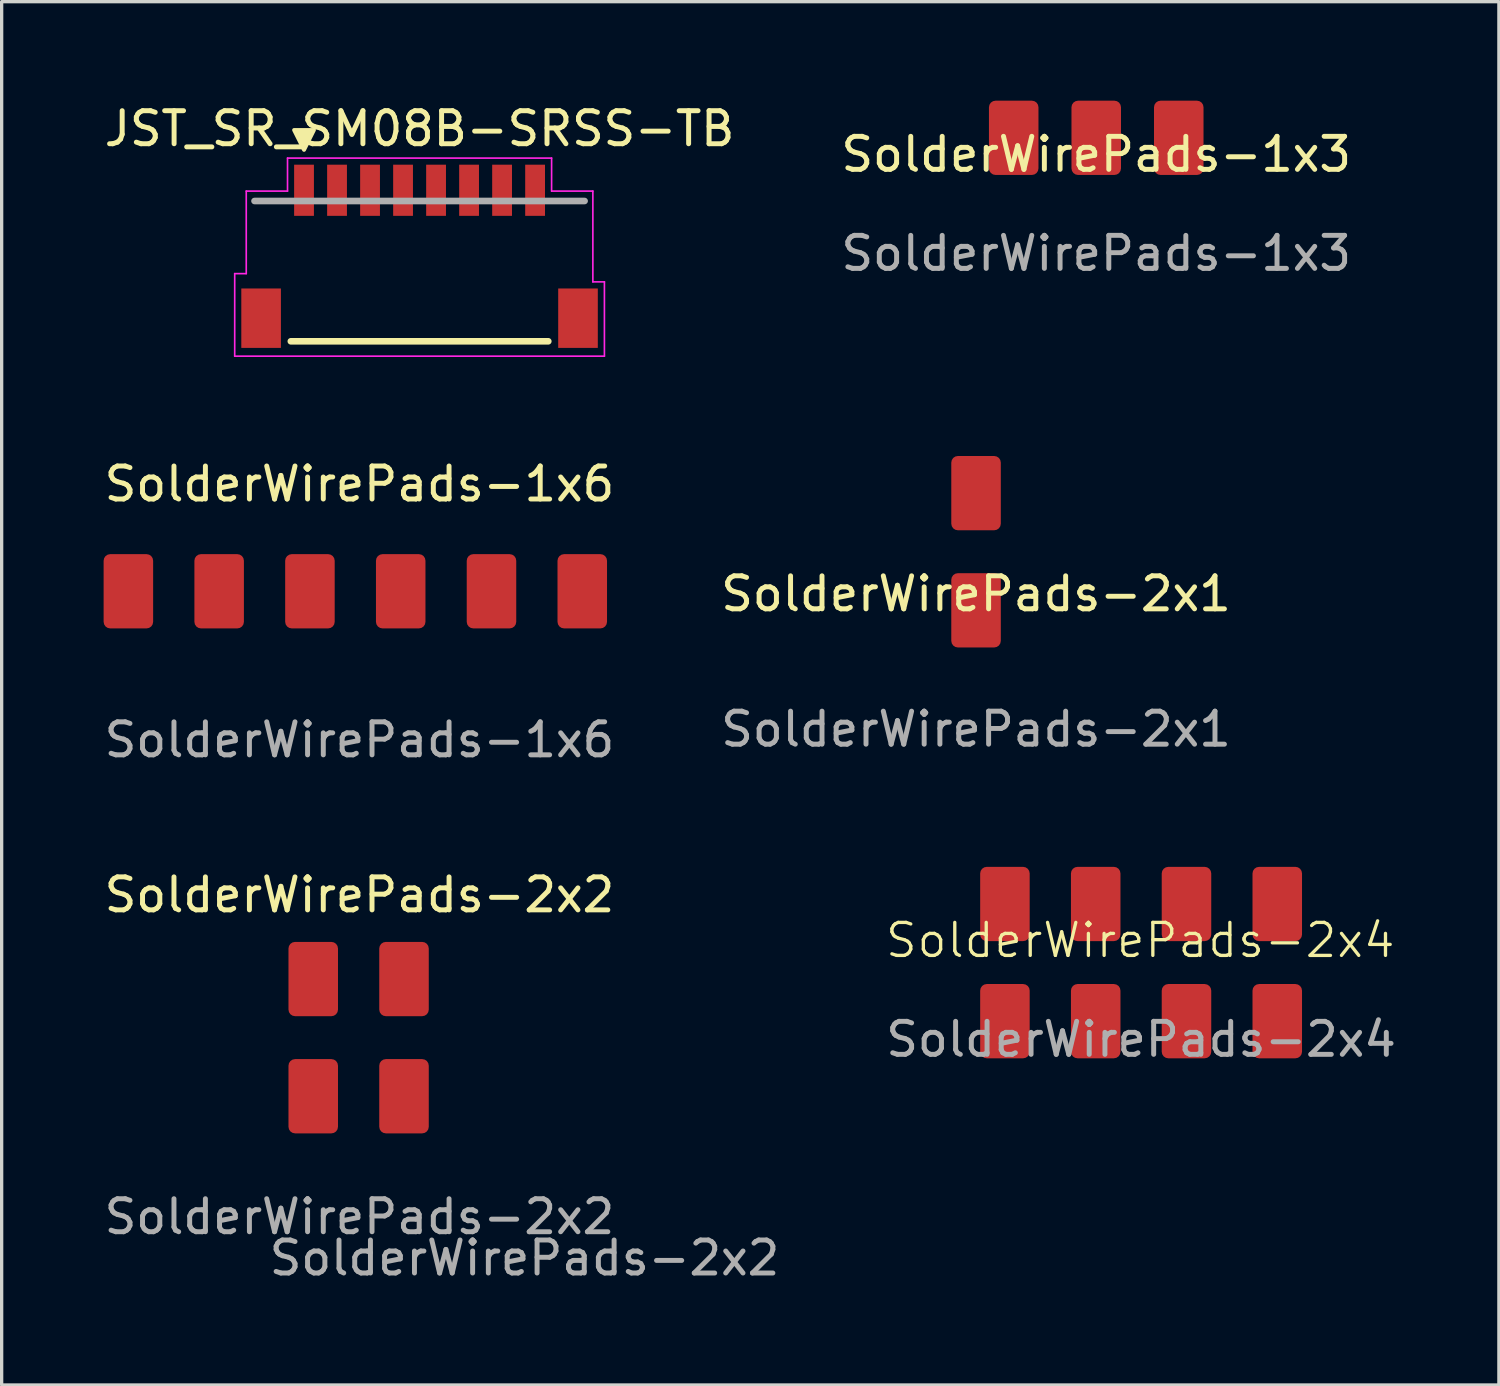
<source format=kicad_pcb>
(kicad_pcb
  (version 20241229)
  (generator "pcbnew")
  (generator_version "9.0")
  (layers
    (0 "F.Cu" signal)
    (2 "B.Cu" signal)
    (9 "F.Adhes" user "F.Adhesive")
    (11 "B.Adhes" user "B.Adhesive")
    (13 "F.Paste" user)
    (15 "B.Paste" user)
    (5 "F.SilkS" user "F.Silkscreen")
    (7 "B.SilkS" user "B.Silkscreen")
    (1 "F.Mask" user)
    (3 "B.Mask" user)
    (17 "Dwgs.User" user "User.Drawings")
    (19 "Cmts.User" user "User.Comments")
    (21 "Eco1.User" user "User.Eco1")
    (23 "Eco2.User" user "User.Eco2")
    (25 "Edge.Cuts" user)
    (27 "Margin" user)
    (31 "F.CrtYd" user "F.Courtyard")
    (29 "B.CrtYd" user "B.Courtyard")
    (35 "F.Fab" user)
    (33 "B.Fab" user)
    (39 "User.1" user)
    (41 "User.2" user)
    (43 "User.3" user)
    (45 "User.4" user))
  (footprint "SolderWirePads-1x3"
    (layer "F.Cu")
    (at 30.159 2.125)
    (property "Reference" "SolderWirePads-1x3" (at 0 -0.5 0) (unlocked yes) (layer "F.SilkS") (effects (font (size 1 1) (thickness 0.15))))
    (attr smd)
    (fp_text user "${REFERENCE}" (at 0 2.5 0) (unlocked yes) (layer "F.Fab") (effects (font (size 1 1) (thickness 0.15))))
    (pad "1" smd roundrect (at -2.5 -1) (size 1.5 2.25) (layers "F.Cu" "F.Mask") (roundrect_rratio 0.133))
    (pad "2" smd roundrect (at 0 -1) (size 1.5 2.25) (layers "F.Cu" "F.Mask") (roundrect_rratio 0.133))
    (pad "3" smd roundrect (at 2.5 -1) (size 1.5 2.25) (layers "F.Cu" "F.Mask") (roundrect_rratio 0.133)))
  (footprint "SolderWirePads-2x4"
    (layer "F.Cu")
    (at 31.518 25.935)
    (property "Reference" "SolderWirePads-2x4" (at -0.025 -0.5 0) (unlocked yes) (layer "F.SilkS") (effects (font (size 1 1) (thickness 0.1))))
    (attr smd)
    (fp_text user "${REFERENCE}" (at 0 2.5 0) (unlocked yes) (layer "F.Fab") (effects (font (size 1 1) (thickness 0.15))))
    (pad "1" smd roundrect (at -4.125 1.95) (size 1.5 2.25) (layers "F.Cu" "F.Mask") (roundrect_rratio 0.133))
    (pad "2" smd roundrect (at -1.375 1.95) (size 1.5 2.25) (layers "F.Cu" "F.Mask") (roundrect_rratio 0.133))
    (pad "3" smd roundrect (at 1.375 1.95) (size 1.5 2.25) (layers "F.Cu" "F.Mask") (roundrect_rratio 0.133))
    (pad "4" smd roundrect (at 4.125 1.95) (size 1.5 2.25) (layers "F.Cu" "F.Mask") (roundrect_rratio 0.133))
    (pad "5" smd roundrect (at 4.125 -1.6) (size 1.5 2.25) (layers "F.Cu" "F.Mask") (roundrect_rratio 0.133))
    (pad "6" smd roundrect (at 1.375 -1.6) (size 1.5 2.25) (layers "F.Cu" "F.Mask") (roundrect_rratio 0.133))
    (pad "7" smd roundrect (at -1.375 -1.6) (size 1.5 2.25) (layers "F.Cu" "F.Mask") (roundrect_rratio 0.133))
    (pad "8" smd roundrect (at -4.125 -1.6) (size 1.5 2.25) (layers "F.Cu" "F.Mask") (roundrect_rratio 0.133)))
  (footprint "SolderWirePads-1x6"
    (layer "F.Cu")
    (at 7.839 14.862)
    (property "Reference" "SolderWirePads-1x6" (at 0 -3.25 0) (unlocked yes) (layer "F.SilkS") (effects (font (size 1 1) (thickness 0.15))))
    (attr smd)
    (fp_text user "${REFERENCE}" (at 0 4.5 0) (unlocked yes) (layer "F.Fab") (effects (font (size 1 1) (thickness 0.15))))
    (pad "1" smd roundrect (at -7 0) (size 1.5 2.25) (layers "F.Cu" "F.Mask") (roundrect_rratio 0.133))
    (pad "2" smd roundrect (at -4.25 0) (size 1.5 2.25) (layers "F.Cu" "F.Mask") (roundrect_rratio 0.133))
    (pad "3" smd roundrect (at -1.5 0) (size 1.5 2.25) (layers "F.Cu" "F.Mask") (roundrect_rratio 0.133))
    (pad "4" smd roundrect (at 1.25 0) (size 1.5 2.25) (layers "F.Cu" "F.Mask") (roundrect_rratio 0.133))
    (pad "5" smd roundrect (at 4 0) (size 1.5 2.25) (layers "F.Cu" "F.Mask") (roundrect_rratio 0.133))
    (pad "6" smd roundrect (at 6.75 0) (size 1.5 2.25) (layers "F.Cu" "F.Mask") (roundrect_rratio 0.133)))
  (footprint "SolderWirePads-2x2"
    (layer "F.Cu")
    (at 7.839 30.809)
    (property "Reference" "SolderWirePads-2x2" (at 0 -6.75 0) (unlocked yes) (layer "F.SilkS") (effects (font (size 1 1) (thickness 0.15))))
    (attr smd)
    (fp_text user "${REFERENCE}" (at 0 3 0) (unlocked yes) (layer "F.Fab") (effects (font (size 1 1) (thickness 0.15))))
    (fp_text user "${REFERENCE}" (at 5 4.25 0) (unlocked yes) (layer "F.Fab") (effects (font (size 1 1) (thickness 0.15))))
    (pad "1" smd roundrect (at -1.4 -0.65) (size 1.5 2.25) (layers "F.Cu" "F.Mask") (roundrect_rratio 0.133))
    (pad "2" smd roundrect (at 1.35 -0.65) (size 1.5 2.25) (layers "F.Cu" "F.Mask") (roundrect_rratio 0.133))
    (pad "3" smd roundrect (at -1.4 -4.2) (size 1.5 2.25) (layers "F.Cu" "F.Mask") (roundrect_rratio 0.133))
    (pad "4" smd roundrect (at 1.35 -4.2) (size 1.5 2.25) (layers "F.Cu" "F.Mask") (roundrect_rratio 0.133)))
  (footprint "JST_SR_SM08B-SRSS-TB"
    (layer "F.Cu")
    (at 9.66 7.489)
    (property "Reference" "JST_SR_SM08B-SRSS-TB" (at 0 -6.64 0) (layer "F.SilkS") (effects (font (size 1.001 1.001) (thickness 0.15))))
    (attr smd)
    (fp_line (start -3.9 -0.2) (end 3.9 -0.2) (stroke (width 0.2) (type solid)) (layer "F.SilkS"))
    (fp_poly (pts (xy -3.5 -6) (xy -3.8 -6.6) (xy -3.2 -6.6)) (stroke (width 0.12) (type solid)) (fill yes) (layer "F.SilkS"))
    (fp_line (start -5.6 -2.25) (end -5.25 -2.25) (stroke (width 0.05) (type solid)) (layer "F.CrtYd"))
    (fp_line (start -5.6 0.25) (end -5.6 -2.25) (stroke (width 0.05) (type solid)) (layer "F.CrtYd"))
    (fp_line (start -5.25 -4.75) (end -4 -4.75) (stroke (width 0.05) (type solid)) (layer "F.CrtYd"))
    (fp_line (start -5.25 -2.25) (end -5.25 -4.75) (stroke (width 0.05) (type solid)) (layer "F.CrtYd"))
    (fp_line (start -4 -5.75) (end 4 -5.75) (stroke (width 0.05) (type solid)) (layer "F.CrtYd"))
    (fp_line (start -4 -4.75) (end -4 -5.75) (stroke (width 0.05) (type solid)) (layer "F.CrtYd"))
    (fp_line (start 4 -5.75) (end 4 -4.75) (stroke (width 0.05) (type solid)) (layer "F.CrtYd"))
    (fp_line (start 4 -4.75) (end 5.25 -4.75) (stroke (width 0.05) (type solid)) (layer "F.CrtYd"))
    (fp_line (start 5.25 -4.75) (end 5.25 -2) (stroke (width 0.05) (type solid)) (layer "F.CrtYd"))
    (fp_line (start 5.25 -2) (end 5.6 -2) (stroke (width 0.05) (type solid)) (layer "F.CrtYd"))
    (fp_line (start 5.6 -2) (end 5.6 0.25) (stroke (width 0.05) (type solid)) (layer "F.CrtYd"))
    (fp_line (start 5.6 0.25) (end -5.6 0.25) (stroke (width 0.05) (type solid)) (layer "F.CrtYd"))
    (fp_line (start 5 -4.45) (end -5 -4.45) (stroke (width 0.2) (type solid)) (layer "F.Fab"))
    (pad "1" smd rect (at -3.5 -4.775) (size 0.6 1.55) (layers "F.Cu" "F.Mask" "F.Paste"))
    (pad "2" smd rect (at -2.5 -4.775) (size 0.6 1.55) (layers "F.Cu" "F.Mask" "F.Paste"))
    (pad "3" smd rect (at -1.5 -4.775) (size 0.6 1.55) (layers "F.Cu" "F.Mask" "F.Paste"))
    (pad "4" smd rect (at -0.5 -4.775) (size 0.6 1.55) (layers "F.Cu" "F.Mask" "F.Paste"))
    (pad "5" smd rect (at 0.5 -4.775) (size 0.6 1.55) (layers "F.Cu" "F.Mask" "F.Paste"))
    (pad "6" smd rect (at 1.5 -4.775) (size 0.6 1.55) (layers "F.Cu" "F.Mask" "F.Paste"))
    (pad "7" smd rect (at 2.5 -4.775) (size 0.6 1.55) (layers "F.Cu" "F.Mask" "F.Paste"))
    (pad "8" smd rect (at 3.5 -4.775) (size 0.6 1.55) (layers "F.Cu" "F.Mask" "F.Paste"))
    (pad "P1" smd rect (at -4.8 -0.9 180) (size 1.2 1.8) (layers "F.Cu" "F.Mask" "F.Paste"))
    (pad "P2" smd rect (at 4.8 -0.9 180) (size 1.2 1.8) (layers "F.Cu" "F.Mask" "F.Paste")))
  (footprint "SolderWirePads-2x1"
    (layer "F.Cu")
    (at 26.518 15.439)
    (property "Reference" "SolderWirePads-2x1" (at 0 -0.5 0) (unlocked yes) (layer "F.SilkS") (effects (font (size 1 1) (thickness 0.15))))
    (attr smd)
    (fp_text user "${REFERENCE}" (at 0 3.6 0) (unlocked yes) (layer "F.Fab") (effects (font (size 1 1) (thickness 0.15))))
    (pad "1" smd roundrect (at 0 0) (size 1.5 2.25) (layers "F.Cu" "F.Mask") (roundrect_rratio 0.133))
    (pad "2" smd roundrect (at 0 -3.55) (size 1.5 2.25) (layers "F.Cu" "F.Mask") (roundrect_rratio 0.133)))
  (gr_rect
    (start -3 -3)
    (end 42.357 38.907)
    (stroke (width 0.1) (type default))
    (fill no)
    (layer "Edge.Cuts")))
</source>
